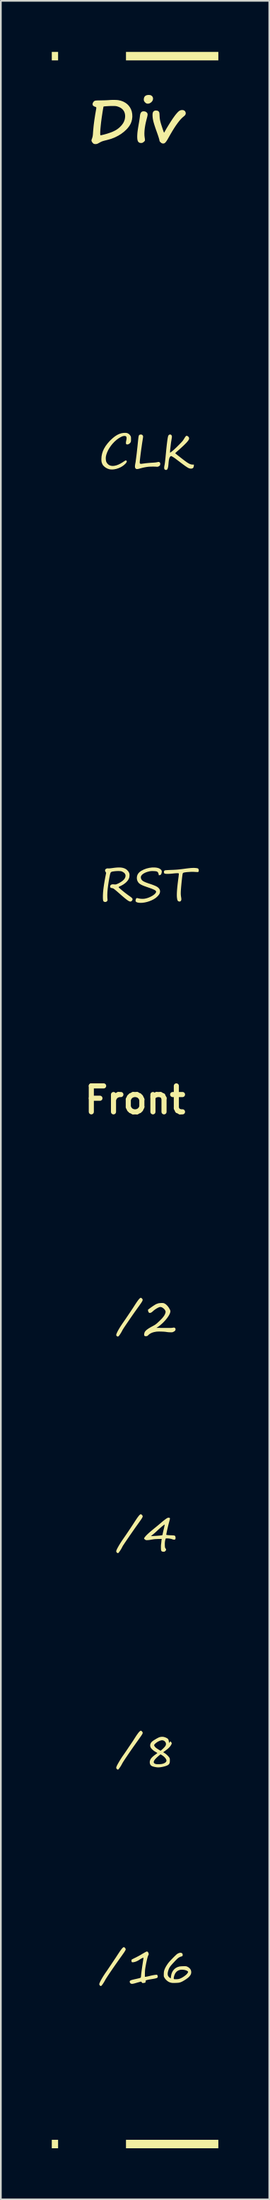
<source format=kicad_pcb>
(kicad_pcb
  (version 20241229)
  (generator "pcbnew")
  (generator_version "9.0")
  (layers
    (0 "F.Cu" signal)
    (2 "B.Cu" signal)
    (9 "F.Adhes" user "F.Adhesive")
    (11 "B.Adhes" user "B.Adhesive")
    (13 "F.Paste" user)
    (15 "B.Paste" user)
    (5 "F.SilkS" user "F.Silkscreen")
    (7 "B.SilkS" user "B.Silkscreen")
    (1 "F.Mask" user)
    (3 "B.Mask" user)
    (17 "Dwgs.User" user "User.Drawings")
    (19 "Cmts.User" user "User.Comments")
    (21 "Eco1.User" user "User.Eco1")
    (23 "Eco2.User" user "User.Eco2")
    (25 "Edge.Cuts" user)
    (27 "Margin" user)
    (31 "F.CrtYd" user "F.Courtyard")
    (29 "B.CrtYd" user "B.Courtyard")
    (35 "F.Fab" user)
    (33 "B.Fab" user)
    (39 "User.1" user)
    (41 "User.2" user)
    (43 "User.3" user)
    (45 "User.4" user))
  (footprint "Front"
    (layer "F.Cu")
    (at 4.904 61.577)
    (property "Reference" "Front" (at 0 0 0) (layer "F.SilkS") (effects (font (size 1.524 1.524) (thickness 0.3))))
    (attr board_only exclude_from_pos_files exclude_from_bom)
    (fp_poly (pts (xy -4.533 -61.079) (xy -4.904 -61.079) (xy -4.904 -61.577) (xy -4.533 -61.577)) (stroke (width 0) (type solid)) (fill yes) (layer "F.SilkS"))
    (fp_poly (pts (xy -4.533 61.577) (xy -4.904 61.577) (xy -4.904 61.079) (xy -4.533 61.079)) (stroke (width 0) (type solid)) (fill yes) (layer "F.SilkS"))
    (fp_poly (pts (xy 4.904 -61.079) (xy -0.535 -61.079) (xy -0.535 -61.577) (xy 4.904 -61.577)) (stroke (width 0) (type solid)) (fill yes) (layer "F.SilkS"))
    (fp_poly (pts (xy 4.904 61.577) (xy -0.535 61.577) (xy -0.535 61.079) (xy 4.904 61.079)) (stroke (width 0) (type solid)) (fill yes) (layer "F.SilkS"))
    (fp_poly (pts (xy 0.849 -59.047) (xy 0.904 -59.038) (xy 0.937 -59.026) (xy 0.993 -58.987) (xy 1.032 -58.939) (xy 1.054 -58.884) (xy 1.059 -58.824) (xy 1.049 -58.764) (xy 1.024 -58.704) (xy 0.983 -58.649) (xy 0.928 -58.599) (xy 0.863 -58.561) (xy 0.806 -58.542) (xy 0.745 -58.536) (xy 0.689 -58.544) (xy 0.673 -58.55) (xy 0.618 -58.584) (xy 0.568 -58.634) (xy 0.543 -58.672) (xy 0.526 -58.703) (xy 0.518 -58.733) (xy 0.514 -58.771) (xy 0.514 -58.795) (xy 0.524 -58.87) (xy 0.55 -58.934) (xy 0.592 -58.985) (xy 0.649 -59.021) (xy 0.672 -59.03) (xy 0.726 -59.043) (xy 0.788 -59.049)) (stroke (width 0) (type solid)) (fill yes) (layer "F.SilkS"))
    (fp_poly (pts (xy 0.583 -58.079) (xy 0.638 -58.058) (xy 0.685 -58.024) (xy 0.72 -57.981) (xy 0.732 -57.951) (xy 0.738 -57.924) (xy 0.738 -57.889) (xy 0.733 -57.845) (xy 0.722 -57.789) (xy 0.705 -57.718) (xy 0.682 -57.63) (xy 0.676 -57.608) (xy 0.633 -57.437) (xy 0.599 -57.268) (xy 0.573 -57.104) (xy 0.556 -56.948) (xy 0.549 -56.802) (xy 0.552 -56.67) (xy 0.565 -56.552) (xy 0.567 -56.543) (xy 0.574 -56.495) (xy 0.58 -56.448) (xy 0.582 -56.411) (xy 0.583 -56.405) (xy 0.581 -56.377) (xy 0.574 -56.356) (xy 0.558 -56.334) (xy 0.532 -56.308) (xy 0.499 -56.279) (xy 0.465 -56.254) (xy 0.443 -56.242) (xy 0.388 -56.228) (xy 0.328 -56.227) (xy 0.271 -56.238) (xy 0.249 -56.247) (xy 0.206 -56.277) (xy 0.173 -56.32) (xy 0.149 -56.379) (xy 0.134 -56.453) (xy 0.128 -56.546) (xy 0.127 -56.585) (xy 0.129 -56.683) (xy 0.135 -56.782) (xy 0.145 -56.888) (xy 0.161 -57.004) (xy 0.181 -57.136) (xy 0.187 -57.169) (xy 0.208 -57.295) (xy 0.227 -57.403) (xy 0.242 -57.495) (xy 0.254 -57.571) (xy 0.264 -57.636) (xy 0.272 -57.69) (xy 0.278 -57.736) (xy 0.283 -57.776) (xy 0.286 -57.808) (xy 0.3 -57.9) (xy 0.323 -57.973) (xy 0.356 -58.027) (xy 0.399 -58.065) (xy 0.453 -58.085) (xy 0.518 -58.088)) (stroke (width 0) (type solid)) (fill yes) (layer "F.SilkS"))
    (fp_poly (pts (xy -0.643 49.765) (xy -0.617 49.78) (xy -0.59 49.808) (xy -0.567 49.841) (xy -0.553 49.873) (xy -0.551 49.886) (xy -0.555 49.908) (xy -0.566 49.939) (xy -0.587 49.978) (xy -0.618 50.029) (xy -0.66 50.092) (xy -0.714 50.169) (xy -0.759 50.233) (xy -0.862 50.377) (xy -0.964 50.52) (xy -1.064 50.661) (xy -1.161 50.799) (xy -1.254 50.932) (xy -1.342 51.06) (xy -1.425 51.181) (xy -1.501 51.293) (xy -1.57 51.396) (xy -1.63 51.487) (xy -1.681 51.566) (xy -1.723 51.632) (xy -1.753 51.683) (xy -1.767 51.709) (xy -1.795 51.76) (xy -1.828 51.815) (xy -1.863 51.871) (xy -1.898 51.924) (xy -1.931 51.97) (xy -1.959 52.006) (xy -1.98 52.029) (xy -1.986 52.034) (xy -2.013 52.043) (xy -2.031 52.043) (xy -2.061 52.028) (xy -2.086 51.999) (xy -2.104 51.962) (xy -2.108 51.935) (xy -2.102 51.902) (xy -2.084 51.853) (xy -2.056 51.791) (xy -2.019 51.718) (xy -1.973 51.636) (xy -1.921 51.547) (xy -1.862 51.452) (xy -1.798 51.354) (xy -1.731 51.254) (xy -1.693 51.2) (xy -1.669 51.165) (xy -1.634 51.115) (xy -1.591 51.051) (xy -1.541 50.977) (xy -1.484 50.893) (xy -1.424 50.803) (xy -1.36 50.708) (xy -1.295 50.612) (xy -1.231 50.515) (xy -1.167 50.42) (xy -1.107 50.33) (xy -1.052 50.246) (xy -1.002 50.17) (xy -0.96 50.106) (xy -0.932 50.064) (xy -0.886 49.995) (xy -0.839 49.93) (xy -0.795 49.873) (xy -0.755 49.826) (xy -0.721 49.792) (xy -0.698 49.773) (xy -0.662 49.764)) (stroke (width 0) (type solid)) (fill yes) (layer "F.SilkS"))
    (fp_poly (pts (xy 0.365 11.623) (xy 0.397 11.645) (xy 0.425 11.676) (xy 0.443 11.709) (xy 0.447 11.728) (xy 0.446 11.749) (xy 0.439 11.775) (xy 0.425 11.808) (xy 0.403 11.848) (xy 0.372 11.898) (xy 0.331 11.958) (xy 0.28 12.032) (xy 0.217 12.12) (xy 0.183 12.166) (xy 0.08 12.31) (xy -0.027 12.459) (xy -0.138 12.617) (xy -0.255 12.786) (xy -0.381 12.97) (xy -0.436 13.05) (xy -0.502 13.146) (xy -0.557 13.227) (xy -0.602 13.295) (xy -0.64 13.35) (xy -0.67 13.396) (xy -0.694 13.434) (xy -0.714 13.466) (xy -0.731 13.494) (xy -0.745 13.52) (xy -0.759 13.546) (xy -0.773 13.573) (xy -0.773 13.573) (xy -0.801 13.625) (xy -0.835 13.682) (xy -0.872 13.74) (xy -0.908 13.794) (xy -0.941 13.838) (xy -0.962 13.863) (xy -0.995 13.887) (xy -1.031 13.89) (xy -1.067 13.872) (xy -1.073 13.867) (xy -1.093 13.845) (xy -1.105 13.821) (xy -1.108 13.794) (xy -1.103 13.76) (xy -1.088 13.716) (xy -1.063 13.659) (xy -1.028 13.587) (xy -1.025 13.581) (xy -0.976 13.491) (xy -0.914 13.387) (xy -0.843 13.273) (xy -0.762 13.152) (xy -0.698 13.059) (xy -0.654 12.996) (xy -0.603 12.921) (xy -0.544 12.837) (xy -0.482 12.744) (xy -0.416 12.648) (xy -0.35 12.549) (xy -0.284 12.452) (xy -0.222 12.358) (xy -0.163 12.27) (xy -0.111 12.191) (xy -0.068 12.124) (xy -0.034 12.072) (xy -0.031 12.067) (xy 0.045 11.949) (xy 0.113 11.849) (xy 0.172 11.767) (xy 0.223 11.703) (xy 0.266 11.657) (xy 0.301 11.627) (xy 0.33 11.614) (xy 0.336 11.614)) (stroke (width 0) (type solid)) (fill yes) (layer "F.SilkS"))
    (fp_poly (pts (xy 0.366 24.339) (xy 0.397 24.362) (xy 0.425 24.394) (xy 0.444 24.429) (xy 0.448 24.444) (xy 0.448 24.462) (xy 0.444 24.483) (xy 0.433 24.509) (xy 0.416 24.542) (xy 0.392 24.583) (xy 0.359 24.633) (xy 0.316 24.695) (xy 0.264 24.77) (xy 0.2 24.859) (xy 0.154 24.923) (xy 0.06 25.053) (xy -0.042 25.198) (xy -0.151 25.354) (xy -0.265 25.518) (xy -0.382 25.687) (xy -0.498 25.857) (xy -0.504 25.866) (xy -0.561 25.95) (xy -0.607 26.017) (xy -0.643 26.072) (xy -0.673 26.116) (xy -0.696 26.151) (xy -0.714 26.18) (xy -0.728 26.204) (xy -0.74 26.226) (xy -0.752 26.248) (xy -0.764 26.273) (xy -0.768 26.28) (xy -0.796 26.333) (xy -0.829 26.389) (xy -0.864 26.445) (xy -0.9 26.497) (xy -0.933 26.544) (xy -0.963 26.582) (xy -0.987 26.607) (xy -1.003 26.618) (xy -1.005 26.618) (xy -1.018 26.614) (xy -1.042 26.604) (xy -1.045 26.603) (xy -1.08 26.577) (xy -1.103 26.54) (xy -1.109 26.497) (xy -1.108 26.487) (xy -1.096 26.446) (xy -1.072 26.391) (xy -1.038 26.323) (xy -0.995 26.244) (xy -0.945 26.156) (xy -0.888 26.063) (xy -0.826 25.965) (xy -0.759 25.865) (xy -0.695 25.772) (xy -0.627 25.674) (xy -0.551 25.564) (xy -0.471 25.446) (xy -0.388 25.323) (xy -0.306 25.201) (xy -0.227 25.082) (xy -0.154 24.972) (xy -0.089 24.873) (xy -0.069 24.842) (xy 0.006 24.726) (xy 0.072 24.627) (xy 0.128 24.544) (xy 0.177 24.477) (xy 0.219 24.424) (xy 0.254 24.383) (xy 0.284 24.355) (xy 0.309 24.338) (xy 0.331 24.33) (xy 0.337 24.33)) (stroke (width 0) (type solid)) (fill yes) (layer "F.SilkS"))
    (fp_poly (pts (xy 0.366 37.054) (xy 0.397 37.077) (xy 0.425 37.109) (xy 0.444 37.144) (xy 0.449 37.16) (xy 0.449 37.177) (xy 0.445 37.198) (xy 0.435 37.223) (xy 0.419 37.255) (xy 0.395 37.295) (xy 0.362 37.345) (xy 0.319 37.407) (xy 0.266 37.482) (xy 0.202 37.572) (xy 0.196 37.581) (xy 0.104 37.709) (xy 0.022 37.824) (xy -0.052 37.928) (xy -0.12 38.024) (xy -0.185 38.117) (xy -0.249 38.209) (xy -0.314 38.303) (xy -0.383 38.403) (xy -0.457 38.512) (xy -0.461 38.519) (xy -0.528 38.616) (xy -0.583 38.699) (xy -0.629 38.768) (xy -0.667 38.825) (xy -0.697 38.873) (xy -0.722 38.913) (xy -0.742 38.947) (xy -0.758 38.977) (xy -0.769 38.997) (xy -0.797 39.05) (xy -0.829 39.105) (xy -0.864 39.161) (xy -0.9 39.213) (xy -0.934 39.26) (xy -0.963 39.298) (xy -0.987 39.323) (xy -1.003 39.334) (xy -1.005 39.334) (xy -1.018 39.33) (xy -1.042 39.32) (xy -1.045 39.319) (xy -1.081 39.293) (xy -1.103 39.255) (xy -1.109 39.211) (xy -1.107 39.201) (xy -1.096 39.164) (xy -1.074 39.112) (xy -1.042 39.047) (xy -1.001 38.972) (xy -0.954 38.89) (xy -0.902 38.802) (xy -0.845 38.711) (xy -0.786 38.619) (xy -0.725 38.529) (xy -0.673 38.455) (xy -0.643 38.413) (xy -0.604 38.357) (xy -0.56 38.293) (xy -0.513 38.224) (xy -0.467 38.155) (xy -0.451 38.132) (xy -0.403 38.06) (xy -0.352 37.984) (xy -0.3 37.908) (xy -0.253 37.837) (xy -0.212 37.777) (xy -0.205 37.766) (xy -0.162 37.703) (xy -0.115 37.632) (xy -0.07 37.562) (xy -0.03 37.499) (xy -0.017 37.479) (xy 0.056 37.365) (xy 0.122 37.269) (xy 0.181 37.188) (xy 0.232 37.126) (xy 0.276 37.081) (xy 0.312 37.054) (xy 0.338 37.046)) (stroke (width 0) (type solid)) (fill yes) (layer "F.SilkS"))
    (fp_poly (pts (xy 2.813 -58.162) (xy 2.873 -58.146) (xy 2.923 -58.114) (xy 2.959 -58.068) (xy 2.977 -58.023) (xy 2.985 -57.97) (xy 2.978 -57.922) (xy 2.954 -57.874) (xy 2.913 -57.826) (xy 2.852 -57.775) (xy 2.849 -57.772) (xy 2.772 -57.706) (xy 2.688 -57.62) (xy 2.599 -57.516) (xy 2.504 -57.393) (xy 2.404 -57.252) (xy 2.3 -57.095) (xy 2.192 -56.921) (xy 2.08 -56.731) (xy 1.992 -56.575) (xy 1.939 -56.481) (xy 1.894 -56.405) (xy 1.855 -56.344) (xy 1.82 -56.296) (xy 1.789 -56.259) (xy 1.76 -56.232) (xy 1.732 -56.213) (xy 1.724 -56.209) (xy 1.682 -56.196) (xy 1.632 -56.196) (xy 1.583 -56.208) (xy 1.581 -56.209) (xy 1.55 -56.227) (xy 1.516 -56.254) (xy 1.484 -56.284) (xy 1.458 -56.314) (xy 1.443 -56.338) (xy 1.441 -56.348) (xy 1.436 -56.381) (xy 1.424 -56.434) (xy 1.404 -56.505) (xy 1.377 -56.593) (xy 1.342 -56.698) (xy 1.299 -56.819) (xy 1.278 -56.879) (xy 1.224 -57.029) (xy 1.178 -57.163) (xy 1.14 -57.281) (xy 1.108 -57.386) (xy 1.082 -57.479) (xy 1.063 -57.564) (xy 1.048 -57.641) (xy 1.038 -57.713) (xy 1.032 -57.782) (xy 1.031 -57.8) (xy 1.029 -57.886) (xy 1.033 -57.954) (xy 1.044 -58.008) (xy 1.063 -58.049) (xy 1.078 -58.07) (xy 1.115 -58.105) (xy 1.159 -58.126) (xy 1.214 -58.134) (xy 1.233 -58.134) (xy 1.304 -58.127) (xy 1.359 -58.106) (xy 1.399 -58.071) (xy 1.425 -58.021) (xy 1.429 -58.007) (xy 1.433 -57.983) (xy 1.437 -57.942) (xy 1.441 -57.891) (xy 1.444 -57.832) (xy 1.445 -57.807) (xy 1.449 -57.743) (xy 1.454 -57.681) (xy 1.463 -57.62) (xy 1.474 -57.555) (xy 1.49 -57.486) (xy 1.511 -57.408) (xy 1.537 -57.321) (xy 1.569 -57.221) (xy 1.607 -57.105) (xy 1.641 -57.004) (xy 1.66 -56.95) (xy 1.678 -56.902) (xy 1.692 -56.864) (xy 1.702 -56.842) (xy 1.705 -56.836) (xy 1.714 -56.84) (xy 1.729 -56.861) (xy 1.748 -56.894) (xy 1.752 -56.902) (xy 1.77 -56.936) (xy 1.797 -56.983) (xy 1.829 -57.039) (xy 1.865 -57.1) (xy 1.898 -57.155) (xy 2.008 -57.334) (xy 2.11 -57.495) (xy 2.203 -57.636) (xy 2.29 -57.76) (xy 2.368 -57.866) (xy 2.44 -57.954) (xy 2.505 -58.026) (xy 2.563 -58.082) (xy 2.616 -58.121) (xy 2.663 -58.144) (xy 2.668 -58.146) (xy 2.744 -58.163)) (stroke (width 0) (type solid)) (fill yes) (layer "F.SilkS"))
    (fp_poly (pts (xy -0.544 -39.197) (xy -0.498 -39.192) (xy -0.457 -39.181) (xy -0.444 -39.176) (xy -0.383 -39.144) (xy -0.326 -39.096) (xy -0.28 -39.038) (xy -0.263 -39.008) (xy -0.253 -38.985) (xy -0.245 -38.962) (xy -0.241 -38.934) (xy -0.239 -38.896) (xy -0.239 -38.844) (xy -0.239 -38.825) (xy -0.239 -38.767) (xy -0.241 -38.726) (xy -0.245 -38.696) (xy -0.251 -38.673) (xy -0.26 -38.651) (xy -0.265 -38.641) (xy -0.294 -38.6) (xy -0.333 -38.565) (xy -0.377 -38.538) (xy -0.422 -38.522) (xy -0.465 -38.516) (xy -0.501 -38.524) (xy -0.521 -38.54) (xy -0.535 -38.568) (xy -0.539 -38.61) (xy -0.535 -38.666) (xy -0.521 -38.74) (xy -0.519 -38.746) (xy -0.504 -38.826) (xy -0.499 -38.889) (xy -0.504 -38.938) (xy -0.514 -38.964) (xy -0.535 -38.993) (xy -0.563 -39.01) (xy -0.604 -39.016) (xy -0.622 -39.017) (xy -0.669 -39.014) (xy -0.716 -39.004) (xy -0.769 -38.985) (xy -0.832 -38.956) (xy -0.842 -38.951) (xy -0.966 -38.879) (xy -1.087 -38.79) (xy -1.204 -38.687) (xy -1.314 -38.572) (xy -1.416 -38.448) (xy -1.506 -38.317) (xy -1.584 -38.183) (xy -1.647 -38.047) (xy -1.694 -37.913) (xy -1.717 -37.812) (xy -1.725 -37.741) (xy -1.724 -37.664) (xy -1.717 -37.589) (xy -1.704 -37.523) (xy -1.696 -37.499) (xy -1.661 -37.434) (xy -1.612 -37.374) (xy -1.554 -37.323) (xy -1.511 -37.297) (xy -1.425 -37.266) (xy -1.33 -37.254) (xy -1.226 -37.261) (xy -1.114 -37.285) (xy -0.995 -37.327) (xy -0.87 -37.387) (xy -0.739 -37.464) (xy -0.703 -37.488) (xy -0.657 -37.519) (xy -0.616 -37.545) (xy -0.584 -37.564) (xy -0.565 -37.575) (xy -0.561 -37.576) (xy -0.526 -37.576) (xy -0.504 -37.563) (xy -0.497 -37.553) (xy -0.488 -37.521) (xy -0.496 -37.484) (xy -0.52 -37.442) (xy -0.562 -37.391) (xy -0.567 -37.386) (xy -0.657 -37.303) (xy -0.759 -37.23) (xy -0.871 -37.168) (xy -0.99 -37.117) (xy -1.111 -37.079) (xy -1.233 -37.055) (xy -1.352 -37.045) (xy -1.464 -37.052) (xy -1.52 -37.063) (xy -1.607 -37.091) (xy -1.691 -37.132) (xy -1.77 -37.183) (xy -1.838 -37.241) (xy -1.892 -37.302) (xy -1.914 -37.339) (xy -1.944 -37.401) (xy -1.964 -37.459) (xy -1.977 -37.521) (xy -1.983 -37.592) (xy -1.984 -37.66) (xy -1.974 -37.817) (xy -1.944 -37.971) (xy -1.895 -38.122) (xy -1.826 -38.272) (xy -1.737 -38.42) (xy -1.627 -38.568) (xy -1.497 -38.716) (xy -1.44 -38.773) (xy -1.311 -38.892) (xy -1.185 -38.992) (xy -1.061 -39.071) (xy -0.938 -39.131) (xy -0.816 -39.172) (xy -0.693 -39.194) (xy -0.604 -39.198)) (stroke (width 0) (type solid)) (fill yes) (layer "F.SilkS"))
    (fp_poly (pts (xy 0.378 -39.098) (xy 0.422 -39.078) (xy 0.455 -39.042) (xy 0.461 -39.031) (xy 0.466 -39.018) (xy 0.47 -39.006) (xy 0.472 -38.991) (xy 0.472 -38.97) (xy 0.47 -38.942) (xy 0.465 -38.903) (xy 0.457 -38.85) (xy 0.446 -38.781) (xy 0.435 -38.715) (xy 0.418 -38.606) (xy 0.401 -38.491) (xy 0.384 -38.371) (xy 0.366 -38.25) (xy 0.35 -38.13) (xy 0.334 -38.012) (xy 0.32 -37.899) (xy 0.307 -37.794) (xy 0.296 -37.699) (xy 0.287 -37.616) (xy 0.28 -37.547) (xy 0.276 -37.495) (xy 0.275 -37.467) (xy 0.277 -37.431) (xy 0.282 -37.409) (xy 0.293 -37.395) (xy 0.301 -37.39) (xy 0.332 -37.378) (xy 0.373 -37.379) (xy 0.4 -37.382) (xy 0.443 -37.388) (xy 0.496 -37.395) (xy 0.555 -37.403) (xy 0.572 -37.405) (xy 0.641 -37.414) (xy 0.722 -37.422) (xy 0.806 -37.43) (xy 0.884 -37.436) (xy 0.9 -37.437) (xy 0.994 -37.443) (xy 1.068 -37.448) (xy 1.128 -37.452) (xy 1.174 -37.456) (xy 1.211 -37.46) (xy 1.24 -37.464) (xy 1.265 -37.468) (xy 1.288 -37.473) (xy 1.301 -37.475) (xy 1.352 -37.486) (xy 1.389 -37.489) (xy 1.415 -37.485) (xy 1.437 -37.473) (xy 1.452 -37.46) (xy 1.471 -37.437) (xy 1.48 -37.413) (xy 1.483 -37.378) (xy 1.483 -37.374) (xy 1.477 -37.32) (xy 1.457 -37.279) (xy 1.42 -37.246) (xy 1.39 -37.229) (xy 1.358 -37.215) (xy 1.332 -37.208) (xy 1.303 -37.206) (xy 1.262 -37.208) (xy 1.254 -37.209) (xy 1.187 -37.213) (xy 1.106 -37.215) (xy 1.017 -37.215) (xy 0.928 -37.214) (xy 0.845 -37.21) (xy 0.775 -37.205) (xy 0.766 -37.204) (xy 0.656 -37.189) (xy 0.536 -37.167) (xy 0.416 -37.14) (xy 0.307 -37.11) (xy 0.305 -37.11) (xy 0.223 -37.087) (xy 0.158 -37.074) (xy 0.109 -37.07) (xy 0.074 -37.076) (xy 0.065 -37.08) (xy 0.029 -37.106) (xy 0.006 -37.144) (xy -0.006 -37.193) (xy -0.006 -37.256) (xy 0.004 -37.336) (xy 0.009 -37.364) (xy 0.019 -37.416) (xy 0.028 -37.465) (xy 0.035 -37.506) (xy 0.037 -37.522) (xy 0.04 -37.546) (xy 0.045 -37.587) (xy 0.052 -37.642) (xy 0.061 -37.708) (xy 0.07 -37.782) (xy 0.079 -37.851) (xy 0.089 -37.928) (xy 0.1 -38.021) (xy 0.112 -38.127) (xy 0.124 -38.24) (xy 0.137 -38.355) (xy 0.149 -38.469) (xy 0.159 -38.566) (xy 0.171 -38.681) (xy 0.181 -38.777) (xy 0.19 -38.856) (xy 0.198 -38.919) (xy 0.205 -38.968) (xy 0.213 -39.006) (xy 0.221 -39.034) (xy 0.231 -39.054) (xy 0.241 -39.068) (xy 0.253 -39.078) (xy 0.267 -39.085) (xy 0.272 -39.087) (xy 0.327 -39.101)) (stroke (width 0) (type solid)) (fill yes) (layer "F.SilkS"))
    (fp_poly (pts (xy 3.548 -13.636) (xy 3.611 -13.63) (xy 3.656 -13.623) (xy 3.687 -13.615) (xy 3.709 -13.604) (xy 3.724 -13.588) (xy 3.732 -13.576) (xy 3.747 -13.538) (xy 3.752 -13.494) (xy 3.749 -13.453) (xy 3.737 -13.421) (xy 3.732 -13.414) (xy 3.723 -13.406) (xy 3.712 -13.401) (xy 3.696 -13.398) (xy 3.671 -13.397) (xy 3.633 -13.398) (xy 3.58 -13.401) (xy 3.542 -13.404) (xy 3.479 -13.407) (xy 3.417 -13.41) (xy 3.363 -13.411) (xy 3.323 -13.411) (xy 3.31 -13.41) (xy 3.272 -13.408) (xy 3.22 -13.405) (xy 3.164 -13.401) (xy 3.13 -13.399) (xy 3.057 -13.394) (xy 2.988 -13.385) (xy 2.926 -13.376) (xy 2.876 -13.365) (xy 2.843 -13.354) (xy 2.839 -13.352) (xy 2.818 -13.333) (xy 2.807 -13.314) (xy 2.801 -13.29) (xy 2.793 -13.248) (xy 2.785 -13.19) (xy 2.775 -13.118) (xy 2.765 -13.034) (xy 2.755 -12.942) (xy 2.744 -12.843) (xy 2.734 -12.741) (xy 2.724 -12.637) (xy 2.714 -12.534) (xy 2.706 -12.434) (xy 2.701 -12.372) (xy 2.695 -12.269) (xy 2.692 -12.183) (xy 2.692 -12.109) (xy 2.696 -12.041) (xy 2.703 -11.976) (xy 2.712 -11.922) (xy 2.722 -11.854) (xy 2.726 -11.802) (xy 2.722 -11.761) (xy 2.711 -11.727) (xy 2.691 -11.696) (xy 2.691 -11.696) (xy 2.662 -11.672) (xy 2.624 -11.663) (xy 2.587 -11.668) (xy 2.551 -11.679) (xy 2.524 -11.699) (xy 2.503 -11.731) (xy 2.487 -11.776) (xy 2.475 -11.837) (xy 2.467 -11.895) (xy 2.461 -11.972) (xy 2.46 -12.061) (xy 2.462 -12.162) (xy 2.468 -12.279) (xy 2.478 -12.41) (xy 2.492 -12.559) (xy 2.511 -12.725) (xy 2.534 -12.91) (xy 2.548 -13.016) (xy 2.56 -13.105) (xy 2.568 -13.175) (xy 2.574 -13.228) (xy 2.577 -13.267) (xy 2.578 -13.293) (xy 2.576 -13.309) (xy 2.573 -13.315) (xy 2.559 -13.323) (xy 2.533 -13.328) (xy 2.492 -13.33) (xy 2.436 -13.328) (xy 2.363 -13.323) (xy 2.271 -13.315) (xy 2.212 -13.308) (xy 2.103 -13.298) (xy 2.003 -13.292) (xy 1.916 -13.289) (xy 1.843 -13.291) (xy 1.786 -13.297) (xy 1.746 -13.306) (xy 1.735 -13.312) (xy 1.713 -13.333) (xy 1.701 -13.367) (xy 1.7 -13.377) (xy 1.699 -13.428) (xy 1.715 -13.467) (xy 1.748 -13.492) (xy 1.761 -13.497) (xy 1.783 -13.501) (xy 1.824 -13.505) (xy 1.882 -13.51) (xy 1.955 -13.514) (xy 2.04 -13.518) (xy 2.121 -13.521) (xy 2.231 -13.525) (xy 2.332 -13.53) (xy 2.428 -13.536) (xy 2.523 -13.544) (xy 2.621 -13.554) (xy 2.727 -13.566) (xy 2.845 -13.581) (xy 2.978 -13.599) (xy 2.998 -13.602) (xy 3.146 -13.62) (xy 3.276 -13.633) (xy 3.388 -13.639) (xy 3.486 -13.64)) (stroke (width 0) (type solid)) (fill yes) (layer "F.SilkS"))
    (fp_poly (pts (xy 1.252 -13.657) (xy 1.337 -13.64) (xy 1.409 -13.616) (xy 1.47 -13.581) (xy 1.515 -13.547) (xy 1.549 -13.509) (xy 1.569 -13.469) (xy 1.575 -13.423) (xy 1.567 -13.367) (xy 1.551 -13.308) (xy 1.532 -13.264) (xy 1.508 -13.237) (xy 1.472 -13.221) (xy 1.448 -13.215) (xy 1.399 -13.206) (xy 1.393 -13.244) (xy 1.377 -13.314) (xy 1.355 -13.367) (xy 1.323 -13.404) (xy 1.28 -13.43) (xy 1.265 -13.435) (xy 1.238 -13.441) (xy 1.196 -13.447) (xy 1.144 -13.451) (xy 1.088 -13.454) (xy 1.086 -13.454) (xy 1.018 -13.456) (xy 0.964 -13.455) (xy 0.915 -13.45) (xy 0.864 -13.442) (xy 0.839 -13.437) (xy 0.726 -13.408) (xy 0.623 -13.371) (xy 0.532 -13.327) (xy 0.456 -13.278) (xy 0.397 -13.223) (xy 0.357 -13.165) (xy 0.356 -13.164) (xy 0.34 -13.111) (xy 0.342 -13.052) (xy 0.36 -12.992) (xy 0.393 -12.936) (xy 0.424 -12.902) (xy 0.457 -12.876) (xy 0.497 -12.851) (xy 0.548 -12.825) (xy 0.612 -12.797) (xy 0.689 -12.767) (xy 0.784 -12.733) (xy 0.872 -12.704) (xy 0.99 -12.664) (xy 1.089 -12.627) (xy 1.171 -12.594) (xy 1.239 -12.562) (xy 1.294 -12.532) (xy 1.339 -12.502) (xy 1.344 -12.498) (xy 1.406 -12.439) (xy 1.448 -12.374) (xy 1.47 -12.303) (xy 1.471 -12.229) (xy 1.452 -12.151) (xy 1.44 -12.124) (xy 1.408 -12.07) (xy 1.361 -12.012) (xy 1.303 -11.951) (xy 1.236 -11.893) (xy 1.186 -11.855) (xy 1.082 -11.79) (xy 0.964 -11.732) (xy 0.838 -11.682) (xy 0.706 -11.641) (xy 0.574 -11.611) (xy 0.446 -11.593) (xy 0.325 -11.587) (xy 0.231 -11.593) (xy 0.167 -11.603) (xy 0.118 -11.616) (xy 0.081 -11.634) (xy 0.059 -11.649) (xy 0.04 -11.668) (xy 0.031 -11.69) (xy 0.029 -11.723) (xy 0.029 -11.723) (xy 0.035 -11.766) (xy 0.049 -11.811) (xy 0.053 -11.82) (xy 0.066 -11.845) (xy 0.081 -11.86) (xy 0.102 -11.867) (xy 0.131 -11.867) (xy 0.173 -11.858) (xy 0.225 -11.845) (xy 0.322 -11.828) (xy 0.429 -11.822) (xy 0.536 -11.827) (xy 0.636 -11.845) (xy 0.636 -11.845) (xy 0.733 -11.872) (xy 0.827 -11.907) (xy 0.916 -11.947) (xy 0.999 -11.992) (xy 1.074 -12.039) (xy 1.137 -12.087) (xy 1.187 -12.135) (xy 1.221 -12.182) (xy 1.238 -12.225) (xy 1.239 -12.24) (xy 1.235 -12.264) (xy 1.223 -12.287) (xy 1.2 -12.311) (xy 1.165 -12.335) (xy 1.118 -12.36) (xy 1.055 -12.388) (xy 0.977 -12.42) (xy 0.881 -12.455) (xy 0.771 -12.493) (xy 0.649 -12.535) (xy 0.545 -12.573) (xy 0.458 -12.608) (xy 0.386 -12.641) (xy 0.327 -12.672) (xy 0.278 -12.704) (xy 0.238 -12.736) (xy 0.206 -12.769) (xy 0.18 -12.804) (xy 0.139 -12.877) (xy 0.115 -12.952) (xy 0.105 -13.036) (xy 0.105 -13.057) (xy 0.115 -13.153) (xy 0.145 -13.241) (xy 0.194 -13.322) (xy 0.263 -13.395) (xy 0.35 -13.46) (xy 0.371 -13.472) (xy 0.518 -13.547) (xy 0.674 -13.604) (xy 0.834 -13.643) (xy 0.995 -13.664) (xy 1.149 -13.666)) (stroke (width 0) (type solid)) (fill yes) (layer "F.SilkS"))
    (fp_poly (pts (xy 1.648 11.922) (xy 1.679 11.927) (xy 1.743 11.952) (xy 1.809 11.995) (xy 1.875 12.054) (xy 1.938 12.125) (xy 1.996 12.207) (xy 2.045 12.296) (xy 2.046 12.296) (xy 2.067 12.343) (xy 2.078 12.382) (xy 2.08 12.418) (xy 2.073 12.459) (xy 2.058 12.512) (xy 2.054 12.522) (xy 2.021 12.598) (xy 1.972 12.683) (xy 1.911 12.774) (xy 1.838 12.868) (xy 1.756 12.963) (xy 1.668 13.056) (xy 1.575 13.144) (xy 1.481 13.225) (xy 1.388 13.296) (xy 1.336 13.332) (xy 1.258 13.382) (xy 1.701 13.385) (xy 1.824 13.386) (xy 1.928 13.386) (xy 2.013 13.386) (xy 2.081 13.385) (xy 2.134 13.383) (xy 2.172 13.38) (xy 2.198 13.377) (xy 2.203 13.376) (xy 2.256 13.366) (xy 2.294 13.364) (xy 2.323 13.369) (xy 2.346 13.384) (xy 2.354 13.391) (xy 2.375 13.418) (xy 2.383 13.45) (xy 2.383 13.462) (xy 2.377 13.509) (xy 2.356 13.547) (xy 2.318 13.58) (xy 2.27 13.608) (xy 2.239 13.623) (xy 2.214 13.633) (xy 2.189 13.638) (xy 2.159 13.641) (xy 2.118 13.642) (xy 2.071 13.641) (xy 2.009 13.639) (xy 1.943 13.634) (xy 1.882 13.627) (xy 1.848 13.622) (xy 1.792 13.614) (xy 1.721 13.607) (xy 1.64 13.602) (xy 1.554 13.599) (xy 1.467 13.597) (xy 1.385 13.597) (xy 1.314 13.599) (xy 1.257 13.604) (xy 1.249 13.605) (xy 1.126 13.627) (xy 1.021 13.657) (xy 0.932 13.695) (xy 0.854 13.742) (xy 0.793 13.793) (xy 0.759 13.826) (xy 0.734 13.847) (xy 0.714 13.859) (xy 0.692 13.865) (xy 0.664 13.868) (xy 0.653 13.869) (xy 0.613 13.87) (xy 0.587 13.866) (xy 0.567 13.856) (xy 0.561 13.852) (xy 0.547 13.838) (xy 0.539 13.821) (xy 0.536 13.794) (xy 0.536 13.762) (xy 0.542 13.707) (xy 0.557 13.655) (xy 0.583 13.604) (xy 0.621 13.555) (xy 0.673 13.505) (xy 0.74 13.454) (xy 0.823 13.399) (xy 0.923 13.34) (xy 1.037 13.278) (xy 1.093 13.248) (xy 1.141 13.221) (xy 1.185 13.193) (xy 1.226 13.164) (xy 1.269 13.13) (xy 1.316 13.09) (xy 1.37 13.04) (xy 1.433 12.979) (xy 1.481 12.933) (xy 1.577 12.835) (xy 1.655 12.745) (xy 1.715 12.661) (xy 1.758 12.583) (xy 1.786 12.508) (xy 1.792 12.483) (xy 1.798 12.446) (xy 1.797 12.419) (xy 1.788 12.39) (xy 1.78 12.369) (xy 1.748 12.315) (xy 1.704 12.264) (xy 1.651 12.219) (xy 1.594 12.183) (xy 1.538 12.16) (xy 1.488 12.153) (xy 1.442 12.16) (xy 1.385 12.181) (xy 1.319 12.213) (xy 1.249 12.254) (xy 1.177 12.302) (xy 1.107 12.355) (xy 1.043 12.411) (xy 1.04 12.413) (xy 0.987 12.458) (xy 0.939 12.487) (xy 0.891 12.501) (xy 0.855 12.504) (xy 0.828 12.494) (xy 0.802 12.468) (xy 0.781 12.43) (xy 0.767 12.384) (xy 0.765 12.367) (xy 0.76 12.315) (xy 0.825 12.265) (xy 0.887 12.218) (xy 0.955 12.169) (xy 1.023 12.121) (xy 1.09 12.076) (xy 1.15 12.038) (xy 1.201 12.007) (xy 1.234 11.99) (xy 1.282 11.969) (xy 1.336 11.95) (xy 1.379 11.937) (xy 1.425 11.93) (xy 1.481 11.924) (xy 1.541 11.921) (xy 1.599 11.92)) (stroke (width 0) (type solid)) (fill yes) (layer "F.SilkS"))
    (fp_poly (pts (xy 0.73 50.025) (xy 0.758 50.051) (xy 0.782 50.088) (xy 0.794 50.119) (xy 0.803 50.161) (xy 0.802 50.192) (xy 0.79 50.221) (xy 0.78 50.238) (xy 0.767 50.265) (xy 0.751 50.31) (xy 0.733 50.37) (xy 0.714 50.443) (xy 0.694 50.525) (xy 0.674 50.615) (xy 0.654 50.708) (xy 0.636 50.803) (xy 0.619 50.896) (xy 0.604 50.984) (xy 0.593 51.065) (xy 0.588 51.113) (xy 0.584 51.175) (xy 0.581 51.244) (xy 0.579 51.313) (xy 0.579 51.335) (xy 0.577 51.505) (xy 0.63 51.501) (xy 0.659 51.497) (xy 0.703 51.489) (xy 0.758 51.477) (xy 0.818 51.464) (xy 0.853 51.455) (xy 0.95 51.432) (xy 1.042 51.413) (xy 1.125 51.398) (xy 1.195 51.388) (xy 1.25 51.383) (xy 1.264 51.383) (xy 1.291 51.385) (xy 1.307 51.396) (xy 1.319 51.42) (xy 1.333 51.466) (xy 1.334 51.508) (xy 1.325 51.541) (xy 1.311 51.557) (xy 1.284 51.572) (xy 1.249 51.585) (xy 1.205 51.598) (xy 1.147 51.611) (xy 1.074 51.624) (xy 0.99 51.638) (xy 0.904 51.652) (xy 0.834 51.664) (xy 0.776 51.675) (xy 0.724 51.687) (xy 0.675 51.7) (xy 0.649 51.707) (xy 0.636 51.714) (xy 0.628 51.728) (xy 0.624 51.756) (xy 0.623 51.773) (xy 0.62 51.808) (xy 0.614 51.829) (xy 0.601 51.841) (xy 0.592 51.846) (xy 0.566 51.855) (xy 0.528 51.863) (xy 0.5 51.866) (xy 0.436 51.873) (xy 0.395 51.828) (xy 0.354 51.784) (xy 0.285 51.801) (xy 0.25 51.811) (xy 0.2 51.825) (xy 0.142 51.841) (xy 0.081 51.859) (xy 0.064 51.864) (xy -0.016 51.887) (xy -0.079 51.903) (xy -0.128 51.913) (xy -0.168 51.917) (xy -0.201 51.916) (xy -0.222 51.912) (xy -0.264 51.893) (xy -0.295 51.86) (xy -0.313 51.818) (xy -0.314 51.774) (xy -0.313 51.769) (xy -0.306 51.751) (xy -0.292 51.734) (xy -0.269 51.719) (xy -0.236 51.704) (xy -0.19 51.688) (xy -0.129 51.672) (xy -0.051 51.653) (xy 0.042 51.633) (xy 0.13 51.613) (xy 0.199 51.597) (xy 0.252 51.584) (xy 0.29 51.572) (xy 0.315 51.562) (xy 0.331 51.552) (xy 0.337 51.544) (xy 0.342 51.526) (xy 0.347 51.492) (xy 0.352 51.449) (xy 0.354 51.425) (xy 0.359 51.364) (xy 0.368 51.285) (xy 0.38 51.189) (xy 0.396 51.074) (xy 0.415 50.94) (xy 0.438 50.785) (xy 0.455 50.673) (xy 0.466 50.599) (xy 0.477 50.532) (xy 0.485 50.475) (xy 0.492 50.43) (xy 0.496 50.401) (xy 0.498 50.39) (xy 0.498 50.39) (xy 0.489 50.387) (xy 0.476 50.387) (xy 0.45 50.393) (xy 0.409 50.41) (xy 0.359 50.437) (xy 0.302 50.472) (xy 0.27 50.493) (xy 0.168 50.556) (xy 0.072 50.601) (xy -0.019 50.631) (xy -0.09 50.646) (xy -0.144 50.651) (xy -0.181 50.644) (xy -0.195 50.635) (xy -0.205 50.615) (xy -0.21 50.582) (xy -0.212 50.546) (xy -0.209 50.514) (xy -0.204 50.496) (xy -0.192 50.488) (xy -0.165 50.473) (xy -0.124 50.451) (xy -0.072 50.425) (xy -0.013 50.395) (xy 0.011 50.384) (xy 0.085 50.347) (xy 0.165 50.305) (xy 0.244 50.263) (xy 0.316 50.223) (xy 0.371 50.191) (xy 0.457 50.139) (xy 0.528 50.098) (xy 0.584 50.066) (xy 0.628 50.043) (xy 0.661 50.028) (xy 0.684 50.019) (xy 0.701 50.016) (xy 0.702 50.016)) (stroke (width 0) (type solid)) (fill yes) (layer "F.SilkS"))
    (fp_poly (pts (xy 2.7 50.093) (xy 2.744 50.106) (xy 2.778 50.131) (xy 2.799 50.168) (xy 2.805 50.216) (xy 2.803 50.232) (xy 2.793 50.272) (xy 2.771 50.296) (xy 2.735 50.308) (xy 2.732 50.308) (xy 2.705 50.315) (xy 2.667 50.33) (xy 2.625 50.348) (xy 2.617 50.351) (xy 2.587 50.368) (xy 2.556 50.387) (xy 2.524 50.412) (xy 2.487 50.444) (xy 2.444 50.485) (xy 2.393 50.536) (xy 2.333 50.6) (xy 2.26 50.678) (xy 2.251 50.688) (xy 2.183 50.762) (xy 2.128 50.825) (xy 2.084 50.879) (xy 2.05 50.927) (xy 2.022 50.972) (xy 1.999 51.019) (xy 1.979 51.068) (xy 1.959 51.125) (xy 1.956 51.136) (xy 1.93 51.235) (xy 1.92 51.32) (xy 1.925 51.392) (xy 1.946 51.454) (xy 1.983 51.506) (xy 1.995 51.518) (xy 2.029 51.548) (xy 2.061 51.572) (xy 2.085 51.589) (xy 2.1 51.594) (xy 2.101 51.594) (xy 2.101 51.591) (xy 2.277 51.591) (xy 2.28 51.62) (xy 2.291 51.636) (xy 2.301 51.64) (xy 2.337 51.644) (xy 2.386 51.646) (xy 2.442 51.645) (xy 2.495 51.643) (xy 2.54 51.638) (xy 2.544 51.638) (xy 2.627 51.617) (xy 2.715 51.58) (xy 2.813 51.526) (xy 2.824 51.519) (xy 2.915 51.457) (xy 2.991 51.397) (xy 3.052 51.338) (xy 3.095 51.282) (xy 3.119 51.232) (xy 3.121 51.225) (xy 3.119 51.2) (xy 3.099 51.176) (xy 3.06 51.151) (xy 3.001 51.125) (xy 2.993 51.122) (xy 2.924 51.103) (xy 2.845 51.091) (xy 2.763 51.086) (xy 2.687 51.09) (xy 2.65 51.096) (xy 2.558 51.127) (xy 2.477 51.174) (xy 2.41 51.239) (xy 2.355 51.319) (xy 2.314 51.416) (xy 2.294 51.486) (xy 2.282 51.547) (xy 2.277 51.591) (xy 2.101 51.591) (xy 2.103 51.582) (xy 2.107 51.554) (xy 2.112 51.514) (xy 2.116 51.475) (xy 2.138 51.354) (xy 2.177 51.245) (xy 2.232 51.147) (xy 2.3 51.064) (xy 2.383 50.995) (xy 2.478 50.941) (xy 2.585 50.905) (xy 2.611 50.899) (xy 2.666 50.891) (xy 2.737 50.885) (xy 2.817 50.882) (xy 2.855 50.881) (xy 2.916 50.88) (xy 2.961 50.881) (xy 2.993 50.883) (xy 3.019 50.887) (xy 3.041 50.894) (xy 3.066 50.904) (xy 3.085 50.913) (xy 3.155 50.954) (xy 3.214 51.005) (xy 3.261 51.061) (xy 3.289 51.118) (xy 3.307 51.196) (xy 3.307 51.272) (xy 3.289 51.345) (xy 3.252 51.416) (xy 3.195 51.488) (xy 3.119 51.56) (xy 3.022 51.633) (xy 2.988 51.656) (xy 2.875 51.727) (xy 2.776 51.782) (xy 2.689 51.82) (xy 2.614 51.843) (xy 2.611 51.844) (xy 2.566 51.851) (xy 2.506 51.857) (xy 2.438 51.861) (xy 2.365 51.864) (xy 2.295 51.866) (xy 2.231 51.865) (xy 2.181 51.862) (xy 2.161 51.86) (xy 2.063 51.837) (xy 1.976 51.799) (xy 1.895 51.745) (xy 1.824 51.68) (xy 1.788 51.639) (xy 1.753 51.594) (xy 1.727 51.552) (xy 1.725 51.549) (xy 1.71 51.521) (xy 1.7 51.499) (xy 1.694 51.476) (xy 1.691 51.448) (xy 1.691 51.41) (xy 1.691 51.356) (xy 1.691 51.351) (xy 1.694 51.273) (xy 1.7 51.21) (xy 1.71 51.154) (xy 1.715 51.135) (xy 1.745 51.048) (xy 1.79 50.953) (xy 1.849 50.85) (xy 1.92 50.744) (xy 1.986 50.657) (xy 2.015 50.623) (xy 2.055 50.578) (xy 2.104 50.526) (xy 2.159 50.469) (xy 2.216 50.41) (xy 2.274 50.351) (xy 2.33 50.296) (xy 2.381 50.248) (xy 2.423 50.208) (xy 2.455 50.18) (xy 2.464 50.173) (xy 2.527 50.133) (xy 2.589 50.106) (xy 2.647 50.093)) (stroke (width 0) (type solid)) (fill yes) (layer "F.SilkS"))
    (fp_poly (pts (xy -1.184 -58.757) (xy -1.097 -58.754) (xy -1.022 -58.748) (xy -0.979 -58.742) (xy -0.832 -58.709) (xy -0.697 -58.659) (xy -0.576 -58.594) (xy -0.468 -58.515) (xy -0.375 -58.422) (xy -0.298 -58.316) (xy -0.237 -58.199) (xy -0.193 -58.072) (xy -0.168 -57.935) (xy -0.161 -57.79) (xy -0.163 -57.743) (xy -0.18 -57.604) (xy -0.214 -57.473) (xy -0.266 -57.347) (xy -0.337 -57.226) (xy -0.428 -57.107) (xy -0.514 -57.014) (xy -0.658 -56.883) (xy -0.818 -56.762) (xy -0.992 -56.655) (xy -1.178 -56.561) (xy -1.373 -56.483) (xy -1.382 -56.48) (xy -1.437 -56.462) (xy -1.505 -56.442) (xy -1.581 -56.421) (xy -1.657 -56.401) (xy -1.702 -56.389) (xy -1.79 -56.367) (xy -1.861 -56.348) (xy -1.92 -56.329) (xy -1.971 -56.31) (xy -2.018 -56.288) (xy -2.066 -56.263) (xy -2.1 -56.243) (xy -2.144 -56.219) (xy -2.187 -56.197) (xy -2.223 -56.181) (xy -2.23 -56.178) (xy -2.287 -56.165) (xy -2.347 -56.163) (xy -2.402 -56.17) (xy -2.438 -56.183) (xy -2.472 -56.209) (xy -2.508 -56.248) (xy -2.539 -56.292) (xy -2.56 -56.336) (xy -2.564 -56.35) (xy -2.566 -56.395) (xy -2.556 -56.431) (xy -2.531 -56.501) (xy -2.513 -56.558) (xy -2.5 -56.61) (xy -2.491 -56.664) (xy -2.484 -56.726) (xy -2.479 -56.793) (xy -2.477 -56.823) (xy -2.052 -56.823) (xy -2.052 -56.766) (xy -2.05 -56.737) (xy -2.042 -56.679) (xy -1.991 -56.685) (xy -1.963 -56.691) (xy -1.919 -56.7) (xy -1.865 -56.714) (xy -1.806 -56.729) (xy -1.783 -56.735) (xy -1.622 -56.781) (xy -1.48 -56.828) (xy -1.354 -56.875) (xy -1.242 -56.925) (xy -1.141 -56.978) (xy -1.05 -57.035) (xy -0.965 -57.099) (xy -0.885 -57.17) (xy -0.884 -57.171) (xy -0.783 -57.279) (xy -0.702 -57.391) (xy -0.643 -57.507) (xy -0.604 -57.628) (xy -0.586 -57.753) (xy -0.585 -57.84) (xy -0.6 -57.951) (xy -0.633 -58.052) (xy -0.684 -58.141) (xy -0.752 -58.219) (xy -0.838 -58.285) (xy -0.94 -58.338) (xy -1.056 -58.379) (xy -1.091 -58.387) (xy -1.126 -58.393) (xy -1.165 -58.397) (xy -1.213 -58.4) (xy -1.274 -58.401) (xy -1.324 -58.401) (xy -1.388 -58.401) (xy -1.458 -58.399) (xy -1.531 -58.396) (xy -1.604 -58.392) (xy -1.674 -58.388) (xy -1.737 -58.383) (xy -1.789 -58.379) (xy -1.829 -58.374) (xy -1.852 -58.369) (xy -1.856 -58.367) (xy -1.86 -58.355) (xy -1.867 -58.324) (xy -1.876 -58.277) (xy -1.886 -58.216) (xy -1.898 -58.144) (xy -1.912 -58.064) (xy -1.925 -57.977) (xy -1.939 -57.886) (xy -1.953 -57.794) (xy -1.964 -57.72) (xy -1.982 -57.586) (xy -1.999 -57.454) (xy -2.013 -57.326) (xy -2.026 -57.204) (xy -2.037 -57.091) (xy -2.045 -56.988) (xy -2.05 -56.898) (xy -2.052 -56.823) (xy -2.477 -56.823) (xy -2.467 -56.951) (xy -2.453 -57.103) (xy -2.438 -57.254) (xy -2.419 -57.407) (xy -2.398 -57.565) (xy -2.373 -57.731) (xy -2.345 -57.91) (xy -2.311 -58.103) (xy -2.293 -58.209) (xy -2.284 -58.263) (xy -2.283 -58.299) (xy -2.29 -58.323) (xy -2.307 -58.339) (xy -2.336 -58.35) (xy -2.35 -58.354) (xy -2.406 -58.375) (xy -2.452 -58.404) (xy -2.485 -58.438) (xy -2.498 -58.465) (xy -2.503 -58.52) (xy -2.489 -58.576) (xy -2.459 -58.63) (xy -2.45 -58.641) (xy -2.431 -58.662) (xy -2.414 -58.68) (xy -2.395 -58.694) (xy -2.374 -58.705) (xy -2.346 -58.713) (xy -2.31 -58.719) (xy -2.263 -58.723) (xy -2.204 -58.726) (xy -2.129 -58.728) (xy -2.036 -58.729) (xy -1.996 -58.73) (xy -1.907 -58.732) (xy -1.82 -58.734) (xy -1.737 -58.737) (xy -1.663 -58.74) (xy -1.602 -58.743) (xy -1.557 -58.746) (xy -1.546 -58.747) (xy -1.464 -58.753) (xy -1.373 -58.757) (xy -1.278 -58.758)) (stroke (width 0) (type solid)) (fill yes) (layer "F.SilkS"))
    (fp_poly (pts (xy 2.103 -39.094) (xy 2.136 -39.071) (xy 2.158 -39.035) (xy 2.162 -39.025) (xy 2.166 -39.007) (xy 2.168 -38.991) (xy 2.169 -38.972) (xy 2.168 -38.948) (xy 2.164 -38.915) (xy 2.158 -38.872) (xy 2.148 -38.814) (xy 2.136 -38.74) (xy 2.13 -38.709) (xy 2.122 -38.656) (xy 2.113 -38.593) (xy 2.104 -38.523) (xy 2.095 -38.447) (xy 2.086 -38.37) (xy 2.078 -38.295) (xy 2.07 -38.223) (xy 2.064 -38.159) (xy 2.06 -38.105) (xy 2.058 -38.065) (xy 2.058 -38.04) (xy 2.059 -38.034) (xy 2.07 -38.038) (xy 2.093 -38.053) (xy 2.128 -38.078) (xy 2.17 -38.11) (xy 2.217 -38.147) (xy 2.266 -38.188) (xy 2.267 -38.189) (xy 2.306 -38.224) (xy 2.354 -38.269) (xy 2.41 -38.322) (xy 2.47 -38.38) (xy 2.531 -38.441) (xy 2.593 -38.503) (xy 2.651 -38.562) (xy 2.704 -38.617) (xy 2.749 -38.665) (xy 2.784 -38.704) (xy 2.806 -38.73) (xy 2.806 -38.73) (xy 2.838 -38.775) (xy 2.872 -38.828) (xy 2.902 -38.877) (xy 2.903 -38.878) (xy 2.929 -38.919) (xy 2.956 -38.959) (xy 2.98 -38.989) (xy 2.984 -38.993) (xy 3.007 -39.016) (xy 3.027 -39.025) (xy 3.049 -39.024) (xy 3.052 -39.023) (xy 3.1 -39.005) (xy 3.139 -38.972) (xy 3.169 -38.931) (xy 3.183 -38.886) (xy 3.182 -38.852) (xy 3.172 -38.82) (xy 3.154 -38.783) (xy 3.126 -38.74) (xy 3.088 -38.691) (xy 3.039 -38.635) (xy 2.978 -38.571) (xy 2.905 -38.498) (xy 2.818 -38.415) (xy 2.716 -38.322) (xy 2.6 -38.217) (xy 2.486 -38.117) (xy 2.444 -38.079) (xy 2.408 -38.046) (xy 2.381 -38.019) (xy 2.366 -38.003) (xy 2.364 -37.999) (xy 2.373 -37.991) (xy 2.397 -37.971) (xy 2.433 -37.942) (xy 2.479 -37.905) (xy 2.532 -37.862) (xy 2.592 -37.816) (xy 2.655 -37.767) (xy 2.718 -37.717) (xy 2.781 -37.669) (xy 2.841 -37.623) (xy 2.894 -37.582) (xy 2.938 -37.55) (xy 3.027 -37.485) (xy 3.104 -37.434) (xy 3.171 -37.395) (xy 3.232 -37.366) (xy 3.289 -37.347) (xy 3.346 -37.336) (xy 3.404 -37.332) (xy 3.415 -37.332) (xy 3.467 -37.332) (xy 3.461 -37.264) (xy 3.45 -37.198) (xy 3.427 -37.15) (xy 3.391 -37.118) (xy 3.342 -37.101) (xy 3.296 -37.097) (xy 3.268 -37.098) (xy 3.242 -37.101) (xy 3.215 -37.106) (xy 3.186 -37.115) (xy 3.154 -37.128) (xy 3.118 -37.146) (xy 3.077 -37.17) (xy 3.029 -37.201) (xy 2.972 -37.239) (xy 2.907 -37.286) (xy 2.831 -37.341) (xy 2.743 -37.406) (xy 2.642 -37.482) (xy 2.528 -37.569) (xy 2.397 -37.668) (xy 2.394 -37.671) (xy 2.343 -37.708) (xy 2.289 -37.745) (xy 2.239 -37.777) (xy 2.203 -37.798) (xy 2.122 -37.839) (xy 2.088 -37.819) (xy 2.058 -37.79) (xy 2.031 -37.743) (xy 2.009 -37.678) (xy 1.991 -37.593) (xy 1.977 -37.489) (xy 1.97 -37.405) (xy 1.964 -37.342) (xy 1.958 -37.281) (xy 1.951 -37.226) (xy 1.944 -37.184) (xy 1.943 -37.179) (xy 1.93 -37.131) (xy 1.913 -37.087) (xy 1.893 -37.052) (xy 1.873 -37.03) (xy 1.86 -37.024) (xy 1.835 -37.021) (xy 1.831 -37.02) (xy 1.811 -37.02) (xy 1.784 -37.025) (xy 1.782 -37.026) (xy 1.748 -37.044) (xy 1.725 -37.076) (xy 1.715 -37.122) (xy 1.715 -37.185) (xy 1.727 -37.264) (xy 1.731 -37.281) (xy 1.738 -37.319) (xy 1.746 -37.363) (xy 1.754 -37.416) (xy 1.762 -37.478) (xy 1.771 -37.551) (xy 1.78 -37.638) (xy 1.791 -37.741) (xy 1.803 -37.861) (xy 1.817 -37.999) (xy 1.835 -38.192) (xy 1.853 -38.363) (xy 1.87 -38.515) (xy 1.886 -38.646) (xy 1.901 -38.758) (xy 1.915 -38.852) (xy 1.928 -38.926) (xy 1.941 -38.983) (xy 1.953 -39.023) (xy 1.959 -39.036) (xy 1.987 -39.073) (xy 2.024 -39.095) (xy 2.064 -39.102)) (stroke (width 0) (type solid)) (fill yes) (layer "F.SilkS"))
    (fp_poly (pts (xy 2.021 24.539) (xy 2.028 24.541) (xy 2.044 24.551) (xy 2.052 24.566) (xy 2.054 24.59) (xy 2.048 24.627) (xy 2.035 24.679) (xy 2.028 24.706) (xy 1.999 24.813) (xy 1.969 24.927) (xy 1.94 25.044) (xy 1.913 25.159) (xy 1.888 25.268) (xy 1.867 25.366) (xy 1.851 25.449) (xy 1.849 25.46) (xy 1.836 25.536) (xy 1.879 25.548) (xy 1.904 25.553) (xy 1.946 25.557) (xy 2 25.561) (xy 2.061 25.564) (xy 2.103 25.566) (xy 2.182 25.569) (xy 2.242 25.572) (xy 2.288 25.577) (xy 2.32 25.584) (xy 2.342 25.594) (xy 2.357 25.607) (xy 2.367 25.625) (xy 2.368 25.628) (xy 2.38 25.672) (xy 2.385 25.72) (xy 2.381 25.764) (xy 2.369 25.797) (xy 2.343 25.818) (xy 2.303 25.824) (xy 2.25 25.817) (xy 2.203 25.802) (xy 2.124 25.777) (xy 2.033 25.76) (xy 1.937 25.751) (xy 1.898 25.75) (xy 1.81 25.75) (xy 1.796 25.785) (xy 1.774 25.852) (xy 1.76 25.935) (xy 1.752 26.03) (xy 1.752 26.133) (xy 1.752 26.145) (xy 1.755 26.202) (xy 1.758 26.242) (xy 1.762 26.271) (xy 1.768 26.293) (xy 1.778 26.312) (xy 1.792 26.334) (xy 1.797 26.34) (xy 1.821 26.381) (xy 1.828 26.414) (xy 1.819 26.446) (xy 1.793 26.48) (xy 1.78 26.493) (xy 1.754 26.517) (xy 1.732 26.529) (xy 1.704 26.533) (xy 1.683 26.533) (xy 1.643 26.53) (xy 1.605 26.523) (xy 1.591 26.518) (xy 1.567 26.504) (xy 1.55 26.484) (xy 1.537 26.456) (xy 1.529 26.415) (xy 1.525 26.36) (xy 1.524 26.287) (xy 1.524 26.273) (xy 1.524 26.218) (xy 1.525 26.171) (xy 1.527 26.135) (xy 1.528 26.115) (xy 1.529 26.112) (xy 1.532 26.099) (xy 1.536 26.069) (xy 1.541 26.027) (xy 1.546 25.977) (xy 1.551 25.924) (xy 1.556 25.875) (xy 1.561 25.836) (xy 1.564 25.815) (xy 1.571 25.779) (xy 1.355 25.784) (xy 1.262 25.788) (xy 1.184 25.792) (xy 1.116 25.798) (xy 1.053 25.807) (xy 0.996 25.816) (xy 0.898 25.833) (xy 0.812 25.845) (xy 0.739 25.851) (xy 0.681 25.852) (xy 0.64 25.848) (xy 0.63 25.845) (xy 0.603 25.83) (xy 0.573 25.808) (xy 0.548 25.783) (xy 0.532 25.761) (xy 0.53 25.752) (xy 0.535 25.736) (xy 0.55 25.709) (xy 0.562 25.691) (xy 0.598 25.643) (xy 0.625 25.613) (xy 0.937 25.613) (xy 1.091 25.607) (xy 1.162 25.603) (xy 1.24 25.599) (xy 1.317 25.594) (xy 1.38 25.589) (xy 1.436 25.584) (xy 1.49 25.578) (xy 1.535 25.572) (xy 1.564 25.566) (xy 1.614 25.554) (xy 1.632 25.458) (xy 1.643 25.404) (xy 1.658 25.34) (xy 1.672 25.277) (xy 1.678 25.253) (xy 1.696 25.181) (xy 1.712 25.113) (xy 1.725 25.051) (xy 1.735 24.999) (xy 1.741 24.96) (xy 1.743 24.937) (xy 1.742 24.933) (xy 1.732 24.936) (xy 1.709 24.951) (xy 1.674 24.977) (xy 1.631 25.011) (xy 1.581 25.051) (xy 1.527 25.097) (xy 1.471 25.145) (xy 1.415 25.194) (xy 1.362 25.242) (xy 1.314 25.287) (xy 1.308 25.293) (xy 1.256 25.342) (xy 1.201 25.393) (xy 1.147 25.44) (xy 1.101 25.479) (xy 1.087 25.49) (xy 1.046 25.523) (xy 1.008 25.553) (xy 0.979 25.577) (xy 0.965 25.588) (xy 0.937 25.613) (xy 0.625 25.613) (xy 0.646 25.589) (xy 0.705 25.528) (xy 0.778 25.46) (xy 0.864 25.383) (xy 0.966 25.297) (xy 1.083 25.2) (xy 1.165 25.133) (xy 1.23 25.081) (xy 1.297 25.026) (xy 1.361 24.973) (xy 1.419 24.925) (xy 1.467 24.884) (xy 1.483 24.87) (xy 1.627 24.748) (xy 1.76 24.644) (xy 1.842 24.585) (xy 1.896 24.552) (xy 1.94 24.534) (xy 1.98 24.53)) (stroke (width 0) (type solid)) (fill yes) (layer "F.SilkS"))
    (fp_poly (pts (xy -0.809 -13.659) (xy -0.731 -13.646) (xy -0.659 -13.625) (xy -0.59 -13.598) (xy -0.588 -13.597) (xy -0.519 -13.556) (xy -0.456 -13.502) (xy -0.401 -13.439) (xy -0.36 -13.372) (xy -0.334 -13.305) (xy -0.334 -13.305) (xy -0.328 -13.254) (xy -0.328 -13.191) (xy -0.334 -13.126) (xy -0.345 -13.066) (xy -0.349 -13.054) (xy -0.385 -12.97) (xy -0.44 -12.887) (xy -0.513 -12.806) (xy -0.601 -12.73) (xy -0.702 -12.659) (xy -0.815 -12.597) (xy -0.866 -12.573) (xy -0.917 -12.549) (xy -0.951 -12.529) (xy -0.968 -12.515) (xy -0.969 -12.511) (xy -0.961 -12.497) (xy -0.938 -12.472) (xy -0.902 -12.437) (xy -0.854 -12.395) (xy -0.798 -12.347) (xy -0.735 -12.295) (xy -0.667 -12.239) (xy -0.596 -12.183) (xy -0.524 -12.128) (xy -0.453 -12.075) (xy -0.385 -12.025) (xy -0.36 -12.008) (xy -0.292 -11.96) (xy -0.24 -11.921) (xy -0.202 -11.89) (xy -0.176 -11.864) (xy -0.159 -11.841) (xy -0.151 -11.82) (xy -0.148 -11.798) (xy -0.148 -11.796) (xy -0.158 -11.751) (xy -0.185 -11.71) (xy -0.224 -11.678) (xy -0.237 -11.672) (xy -0.259 -11.665) (xy -0.285 -11.664) (xy -0.313 -11.67) (xy -0.347 -11.682) (xy -0.386 -11.702) (xy -0.433 -11.732) (xy -0.487 -11.77) (xy -0.551 -11.82) (xy -0.625 -11.88) (xy -0.711 -11.952) (xy -0.81 -12.037) (xy -0.922 -12.136) (xy -0.955 -12.165) (xy -1.012 -12.215) (xy -1.07 -12.264) (xy -1.124 -12.31) (xy -1.171 -12.349) (xy -1.207 -12.378) (xy -1.211 -12.381) (xy -1.252 -12.412) (xy -1.284 -12.431) (xy -1.312 -12.443) (xy -1.342 -12.45) (xy -1.359 -12.453) (xy -1.41 -12.464) (xy -1.443 -12.481) (xy -1.461 -12.508) (xy -1.467 -12.546) (xy -1.467 -12.552) (xy -1.464 -12.587) (xy -1.45 -12.614) (xy -1.434 -12.632) (xy -1.396 -12.66) (xy -1.347 -12.675) (xy -1.286 -12.677) (xy -1.232 -12.672) (xy -1.188 -12.668) (xy -1.154 -12.668) (xy -1.12 -12.675) (xy -1.089 -12.684) (xy -1.046 -12.701) (xy -0.995 -12.724) (xy -0.946 -12.747) (xy -0.943 -12.749) (xy -0.829 -12.816) (xy -0.736 -12.882) (xy -0.664 -12.949) (xy -0.611 -13.018) (xy -0.577 -13.088) (xy -0.562 -13.16) (xy -0.561 -13.183) (xy -0.571 -13.247) (xy -0.6 -13.304) (xy -0.648 -13.356) (xy -0.717 -13.401) (xy -0.752 -13.419) (xy -0.782 -13.433) (xy -0.809 -13.442) (xy -0.837 -13.448) (xy -0.872 -13.452) (xy -0.92 -13.455) (xy -0.959 -13.456) (xy -1.03 -13.456) (xy -1.106 -13.453) (xy -1.182 -13.447) (xy -1.254 -13.438) (xy -1.316 -13.428) (xy -1.365 -13.417) (xy -1.383 -13.41) (xy -1.404 -13.4) (xy -1.422 -13.386) (xy -1.437 -13.365) (xy -1.451 -13.337) (xy -1.464 -13.298) (xy -1.477 -13.246) (xy -1.492 -13.178) (xy -1.508 -13.093) (xy -1.515 -13.06) (xy -1.556 -12.822) (xy -1.589 -12.604) (xy -1.613 -12.403) (xy -1.629 -12.221) (xy -1.635 -12.057) (xy -1.633 -11.911) (xy -1.627 -11.829) (xy -1.623 -11.781) (xy -1.622 -11.749) (xy -1.625 -11.727) (xy -1.632 -11.71) (xy -1.636 -11.704) (xy -1.673 -11.664) (xy -1.72 -11.642) (xy -1.773 -11.638) (xy -1.819 -11.651) (xy -1.844 -11.665) (xy -1.863 -11.684) (xy -1.876 -11.713) (xy -1.885 -11.752) (xy -1.891 -11.807) (xy -1.894 -11.879) (xy -1.894 -11.887) (xy -1.894 -12.02) (xy -1.887 -12.167) (xy -1.873 -12.329) (xy -1.851 -12.506) (xy -1.823 -12.7) (xy -1.787 -12.912) (xy -1.752 -13.1) (xy -1.703 -13.351) (xy -1.736 -13.403) (xy -1.762 -13.457) (xy -1.768 -13.505) (xy -1.754 -13.546) (xy -1.721 -13.58) (xy -1.682 -13.6) (xy -1.641 -13.612) (xy -1.595 -13.613) (xy -1.578 -13.611) (xy -1.529 -13.61) (xy -1.462 -13.615) (xy -1.377 -13.626) (xy -1.376 -13.626) (xy -1.232 -13.646) (xy -1.105 -13.659) (xy -0.994 -13.666) (xy -0.896 -13.666)) (stroke (width 0) (type solid)) (fill yes) (layer "F.SilkS"))
    (fp_poly (pts (xy 1.656 37.406) (xy 1.757 37.429) (xy 1.854 37.471) (xy 1.875 37.483) (xy 1.916 37.51) (xy 1.944 37.538) (xy 1.964 37.571) (xy 1.978 37.616) (xy 1.987 37.66) (xy 1.996 37.702) (xy 2.004 37.736) (xy 2.012 37.757) (xy 2.013 37.76) (xy 2.022 37.764) (xy 2.023 37.76) (xy 2.028 37.746) (xy 2.041 37.721) (xy 2.048 37.709) (xy 2.073 37.669) (xy 2.111 37.702) (xy 2.145 37.743) (xy 2.158 37.785) (xy 2.15 37.83) (xy 2.144 37.842) (xy 2.101 37.917) (xy 2.05 37.986) (xy 1.989 38.053) (xy 1.914 38.12) (xy 1.823 38.191) (xy 1.788 38.216) (xy 1.654 38.311) (xy 1.735 38.358) (xy 1.787 38.393) (xy 1.844 38.439) (xy 1.901 38.491) (xy 1.953 38.545) (xy 1.996 38.596) (xy 2.019 38.63) (xy 2.033 38.656) (xy 2.042 38.679) (xy 2.047 38.706) (xy 2.049 38.742) (xy 2.049 38.789) (xy 2.047 38.862) (xy 2.04 38.919) (xy 2.026 38.964) (xy 2.004 39.002) (xy 1.976 39.034) (xy 1.928 39.069) (xy 1.861 39.101) (xy 1.775 39.131) (xy 1.668 39.159) (xy 1.625 39.168) (xy 1.532 39.186) (xy 1.454 39.196) (xy 1.385 39.201) (xy 1.319 39.199) (xy 1.281 39.196) (xy 1.22 39.187) (xy 1.154 39.174) (xy 1.09 39.159) (xy 1.033 39.142) (xy 0.991 39.125) (xy 0.986 39.123) (xy 0.933 39.086) (xy 0.896 39.037) (xy 0.873 38.975) (xy 0.865 38.898) (xy 0.865 38.893) (xy 0.867 38.872) (xy 1.099 38.872) (xy 1.101 38.915) (xy 1.121 38.951) (xy 1.161 38.981) (xy 1.206 39.001) (xy 1.239 39.008) (xy 1.288 39.013) (xy 1.347 39.015) (xy 1.412 39.015) (xy 1.477 39.012) (xy 1.538 39.006) (xy 1.572 39.001) (xy 1.654 38.981) (xy 1.725 38.952) (xy 1.783 38.916) (xy 1.824 38.875) (xy 1.847 38.83) (xy 1.849 38.821) (xy 1.847 38.777) (xy 1.828 38.726) (xy 1.795 38.672) (xy 1.748 38.616) (xy 1.691 38.561) (xy 1.625 38.51) (xy 1.557 38.468) (xy 1.499 38.435) (xy 1.419 38.499) (xy 1.362 38.547) (xy 1.304 38.599) (xy 1.249 38.651) (xy 1.202 38.701) (xy 1.166 38.743) (xy 1.153 38.76) (xy 1.117 38.82) (xy 1.099 38.872) (xy 0.867 38.872) (xy 0.872 38.824) (xy 0.894 38.757) (xy 0.931 38.69) (xy 0.986 38.624) (xy 1.058 38.555) (xy 1.149 38.482) (xy 1.179 38.46) (xy 1.225 38.427) (xy 1.264 38.398) (xy 1.294 38.375) (xy 1.31 38.361) (xy 1.313 38.358) (xy 1.305 38.35) (xy 1.282 38.335) (xy 1.25 38.315) (xy 1.242 38.311) (xy 1.135 38.246) (xy 1.047 38.18) (xy 0.978 38.114) (xy 0.928 38.049) (xy 0.916 38.027) (xy 0.893 37.958) (xy 0.89 37.893) (xy 1.123 37.893) (xy 1.132 37.93) (xy 1.156 37.972) (xy 1.194 38.017) (xy 1.238 38.056) (xy 1.266 38.076) (xy 1.303 38.102) (xy 1.346 38.13) (xy 1.391 38.158) (xy 1.433 38.183) (xy 1.468 38.204) (xy 1.494 38.218) (xy 1.504 38.222) (xy 1.514 38.215) (xy 1.536 38.197) (xy 1.567 38.171) (xy 1.597 38.145) (xy 1.669 38.078) (xy 1.729 38.014) (xy 1.775 37.956) (xy 1.801 37.913) (xy 1.82 37.856) (xy 1.819 37.798) (xy 1.802 37.743) (xy 1.771 37.694) (xy 1.727 37.653) (xy 1.673 37.623) (xy 1.61 37.608) (xy 1.586 37.607) (xy 1.536 37.614) (xy 1.474 37.631) (xy 1.406 37.659) (xy 1.338 37.694) (xy 1.33 37.698) (xy 1.279 37.732) (xy 1.23 37.769) (xy 1.186 37.806) (xy 1.152 37.842) (xy 1.13 37.872) (xy 1.123 37.893) (xy 0.89 37.893) (xy 0.89 37.887) (xy 0.906 37.817) (xy 0.94 37.751) (xy 0.988 37.695) (xy 1.03 37.66) (xy 1.086 37.621) (xy 1.151 37.579) (xy 1.22 37.537) (xy 1.29 37.497) (xy 1.355 37.463) (xy 1.413 37.437) (xy 1.454 37.422) (xy 1.554 37.404)) (stroke (width 0) (type solid)) (fill yes) (layer "F.SilkS")))
  (gr_rect
    (start -3 -3)
    (end 12.808 126.153)
    (stroke (width 0.1) (type default))
    (fill no)
    (layer "Edge.Cuts")))
</source>
